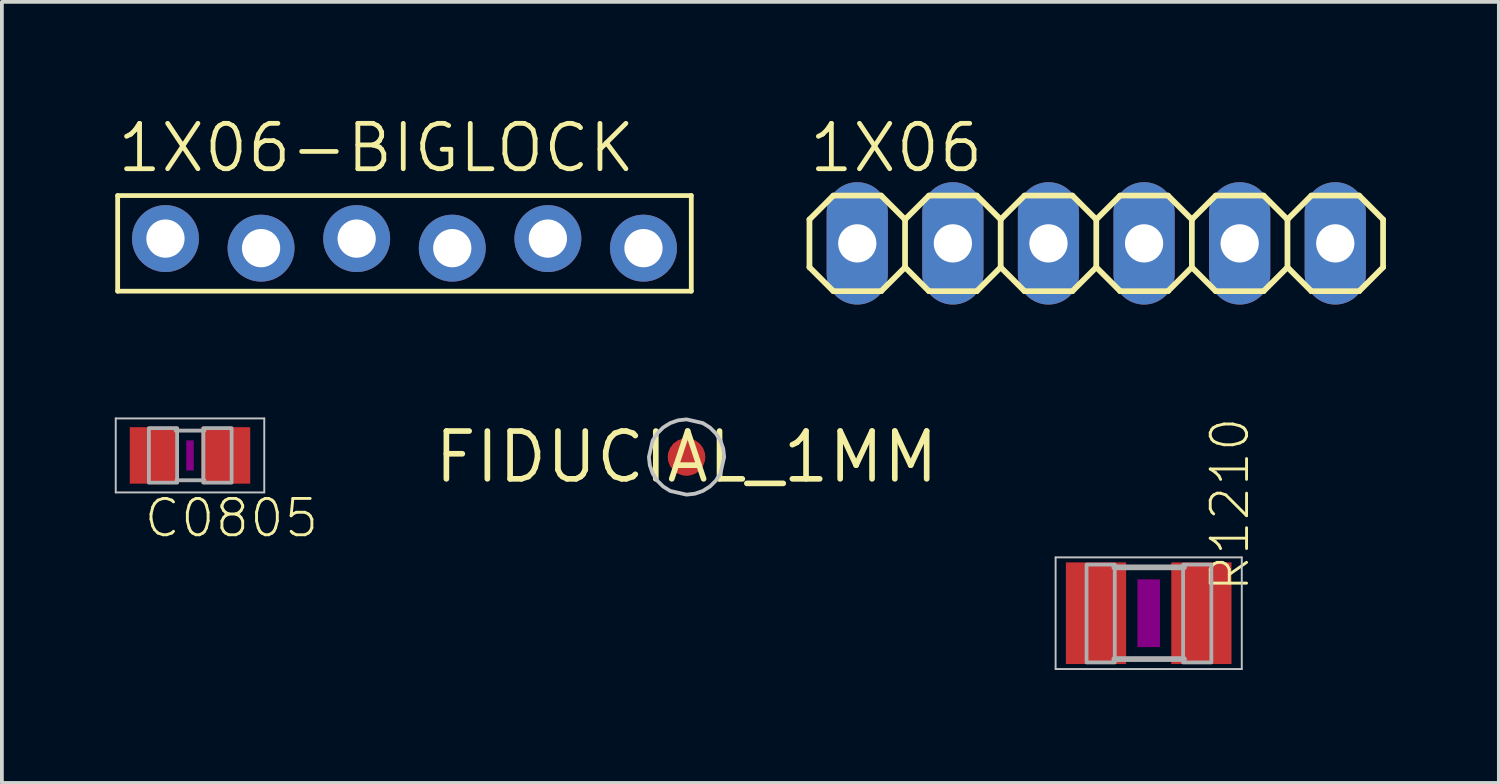
<source format=kicad_pcb>
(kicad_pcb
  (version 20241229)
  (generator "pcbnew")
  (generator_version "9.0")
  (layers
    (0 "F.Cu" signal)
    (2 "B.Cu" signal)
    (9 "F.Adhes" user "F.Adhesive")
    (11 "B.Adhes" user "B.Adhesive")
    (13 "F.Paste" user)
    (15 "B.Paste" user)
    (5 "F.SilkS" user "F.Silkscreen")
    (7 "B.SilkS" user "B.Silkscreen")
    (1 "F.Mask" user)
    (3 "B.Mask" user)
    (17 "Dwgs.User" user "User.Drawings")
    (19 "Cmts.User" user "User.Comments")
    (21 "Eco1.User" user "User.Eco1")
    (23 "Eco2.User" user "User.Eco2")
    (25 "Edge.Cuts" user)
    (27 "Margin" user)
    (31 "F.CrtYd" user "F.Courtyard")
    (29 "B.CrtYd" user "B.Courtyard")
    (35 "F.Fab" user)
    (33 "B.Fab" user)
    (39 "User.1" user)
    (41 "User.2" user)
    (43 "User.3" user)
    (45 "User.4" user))
  (footprint "1X06-BIGLOCK"
    (layer "F.Cu")
    (at 7.696 3.416)
    (property "Reference" "1X06-BIGLOCK" (at -7.696 -1.829 0) (layer "F.SilkS") (effects (font (size 1.206 1.206) (thickness 0.127)) (justify left bottom)))
    (attr through_hole)
    (fp_line (start -7.62 -1.27) (end 7.62 -1.27) (stroke (width 0.127) (type solid)) (layer "F.SilkS"))
    (fp_line (start -7.62 1.27) (end -7.62 -1.27) (stroke (width 0.127) (type solid)) (layer "F.SilkS"))
    (fp_line (start 7.62 -1.27) (end 7.62 1.27) (stroke (width 0.127) (type solid)) (layer "F.SilkS"))
    (fp_line (start 7.62 1.27) (end -7.62 1.27) (stroke (width 0.127) (type solid)) (layer "F.SilkS"))
    (fp_poly (pts (xy -6.604 0.254) (xy -6.096 0.254) (xy -6.096 -0.254) (xy -6.604 -0.254)) (stroke (width 0.1) (type solid)) (fill no) (layer "F.Fab"))
    (fp_poly (pts (xy -4.064 0.254) (xy -3.556 0.254) (xy -3.556 -0.254) (xy -4.064 -0.254)) (stroke (width 0.1) (type solid)) (fill no) (layer "F.Fab"))
    (fp_poly (pts (xy -1.524 0.254) (xy -1.016 0.254) (xy -1.016 -0.254) (xy -1.524 -0.254)) (stroke (width 0.1) (type solid)) (fill no) (layer "F.Fab"))
    (fp_poly (pts (xy 1.016 0.254) (xy 1.524 0.254) (xy 1.524 -0.254) (xy 1.016 -0.254)) (stroke (width 0.1) (type solid)) (fill no) (layer "F.Fab"))
    (fp_poly (pts (xy 3.556 0.254) (xy 4.064 0.254) (xy 4.064 -0.254) (xy 3.556 -0.254)) (stroke (width 0.1) (type solid)) (fill no) (layer "F.Fab"))
    (fp_poly (pts (xy 6.096 0.254) (xy 6.604 0.254) (xy 6.604 -0.254) (xy 6.096 -0.254)) (stroke (width 0.1) (type solid)) (fill no) (layer "F.Fab"))
    (pad "1" thru_hole circle (at -6.35 -0.127 90) (size 1.778 1.778) (drill 1.016) (layers "*.Cu" "*.Mask"))
    (pad "2" thru_hole circle (at -3.81 0.127 90) (size 1.778 1.778) (drill 1.016) (layers "*.Cu" "*.Mask"))
    (pad "3" thru_hole circle (at -1.27 -0.127 90) (size 1.778 1.778) (drill 1.016) (layers "*.Cu" "*.Mask"))
    (pad "4" thru_hole circle (at 1.27 0.127 90) (size 1.778 1.778) (drill 1.016) (layers "*.Cu" "*.Mask"))
    (pad "5" thru_hole circle (at 3.81 -0.127 90) (size 1.778 1.778) (drill 1.016) (layers "*.Cu" "*.Mask"))
    (pad "6" thru_hole circle (at 6.35 0.127 90) (size 1.778 1.778) (drill 1.016) (layers "*.Cu" "*.Mask")))
  (footprint "R1210"
    (layer "F.Cu")
    (at 27.469 13.242)
    (property "Reference" "R1210" (at 2.722 -0.519 90) (layer "F.SilkS") (effects (font (size 0.965 0.965) (thickness 0.077)) (justify left bottom)))
    (attr through_hole)
    (fp_poly (pts (xy -0.3 0.9) (xy 0.3 0.9) (xy 0.3 -0.9) (xy -0.3 -0.9)) (stroke (width 0) (type solid)) (fill yes) (layer "F.Adhes"))
    (fp_line (start -2.473 -1.483) (end 2.473 -1.483) (stroke (width 0.051) (type solid)) (layer "Dwgs.User"))
    (fp_line (start -2.473 1.483) (end -2.473 -1.483) (stroke (width 0.051) (type solid)) (layer "Dwgs.User"))
    (fp_line (start 2.473 -1.483) (end 2.473 1.483) (stroke (width 0.051) (type solid)) (layer "Dwgs.User"))
    (fp_line (start 2.473 1.483) (end -2.473 1.483) (stroke (width 0.051) (type solid)) (layer "Dwgs.User"))
    (fp_line (start -0.913 -1.219) (end 0.939 -1.219) (stroke (width 0.152) (type solid)) (layer "F.Fab"))
    (fp_line (start -0.913 1.219) (end 0.939 1.219) (stroke (width 0.152) (type solid)) (layer "F.Fab"))
    (fp_poly (pts (xy -1.651 1.308) (xy -0.901 1.308) (xy -0.901 -1.292) (xy -1.651 -1.292)) (stroke (width 0.1) (type solid)) (fill no) (layer "F.Fab"))
    (fp_poly (pts (xy 0.914 1.308) (xy 1.665 1.308) (xy 1.665 -1.292) (xy 0.914 -1.292)) (stroke (width 0.1) (type solid)) (fill no) (layer "F.Fab"))
    (pad "1" smd rect (at -1.4 0) (size 1.6 2.7) (layers "F.Cu" "F.Mask" "F.Paste"))
    (pad "2" smd rect (at 1.4 0) (size 1.6 2.7) (layers "F.Cu" "F.Mask" "F.Paste")))
  (footprint "FIDUCIAL_1MM"
    (layer "F.Cu")
    (at 15.19 9.092)
    (property "Reference" "FIDUCIAL_1MM" (at 0 0 0) (layer "F.SilkS") (effects (font (size 1.27 1.27) (thickness 0.15))))
    (attr through_hole)
    (fp_poly (pts (xy -1 0) (xy -0.975 0.223) (xy -0.901 0.434) (xy -0.782 0.623) (xy -0.623 0.782) (xy -0.434 0.901) (xy 0 1) (xy 0.223 0.975) (xy 0.434 0.901) (xy 0.623 0.782) (xy 0.782 0.623) (xy 0.901 0.434) (xy 1 0) (xy 0.975 -0.223) (xy 0.901 -0.434) (xy 0.782 -0.623) (xy 0.623 -0.782) (xy 0.434 -0.901) (xy 0 -1) (xy -0.223 -0.975) (xy -0.434 -0.901) (xy -0.623 -0.782) (xy -0.782 -0.623) (xy -0.901 -0.434)) (stroke (width 0) (type solid)) (fill yes) (layer "F.Mask"))
    (fp_poly (pts (xy -1 0) (xy -0.975 0.223) (xy -0.901 0.434) (xy -0.782 0.623) (xy -0.623 0.782) (xy -0.434 0.901) (xy 0 1) (xy 0.223 0.975) (xy 0.434 0.901) (xy 0.623 0.782) (xy 0.782 0.623) (xy 0.901 0.434) (xy 1 0) (xy 0.975 -0.223) (xy 0.901 -0.434) (xy 0.782 -0.623) (xy 0.623 -0.782) (xy 0.434 -0.901) (xy 0 -1) (xy -0.223 -0.975) (xy -0.434 -0.901) (xy -0.623 -0.782) (xy -0.782 -0.623) (xy -0.901 -0.434)) (stroke (width 0.1) (type solid)) (fill no) (layer "Dwgs.User"))
    (pad "1" smd roundrect (at 0 0) (size 1 1) (layers "F.Cu" "F.Mask") (roundrect_rratio 0.5)))
  (footprint "C0805"
    (layer "F.Cu")
    (at 1.998 9.05)
    (property "Reference" "C0805" (at -1.27 2.23 180) (layer "F.SilkS") (effects (font (size 0.965 0.965) (thickness 0.077)) (justify left bottom)))
    (attr through_hole)
    (fp_poly (pts (xy -0.1 0.4) (xy 0.1 0.4) (xy 0.1 -0.4) (xy -0.1 -0.4)) (stroke (width 0) (type solid)) (fill yes) (layer "F.Adhes"))
    (fp_line (start -1.973 -0.983) (end 1.973 -0.983) (stroke (width 0.051) (type solid)) (layer "Dwgs.User"))
    (fp_line (start -1.973 0.983) (end -1.973 -0.983) (stroke (width 0.051) (type solid)) (layer "Dwgs.User"))
    (fp_line (start 1.973 -0.983) (end 1.973 0.983) (stroke (width 0.051) (type solid)) (layer "Dwgs.User"))
    (fp_line (start 1.973 0.983) (end -1.973 0.983) (stroke (width 0.051) (type solid)) (layer "Dwgs.User"))
    (fp_line (start -0.381 -0.66) (end 0.381 -0.66) (stroke (width 0.102) (type solid)) (layer "F.Fab"))
    (fp_line (start -0.356 0.66) (end 0.381 0.66) (stroke (width 0.102) (type solid)) (layer "F.Fab"))
    (fp_poly (pts (xy -1.092 0.724) (xy -0.342 0.724) (xy -0.342 -0.726) (xy -1.092 -0.726)) (stroke (width 0.1) (type solid)) (fill no) (layer "F.Fab"))
    (fp_poly (pts (xy 0.356 0.724) (xy 1.106 0.724) (xy 1.106 -0.726) (xy 0.356 -0.726)) (stroke (width 0.1) (type solid)) (fill no) (layer "F.Fab"))
    (pad "1" smd rect (at -0.95 0) (size 1.3 1.5) (layers "F.Cu" "F.Mask" "F.Paste"))
    (pad "2" smd rect (at 0.95 0) (size 1.3 1.5) (layers "F.Cu" "F.Mask" "F.Paste")))
  (footprint "1X06"
    (layer "F.Cu")
    (at 26.076 3.416)
    (property "Reference" "1X06" (at -7.696 -1.829 0) (layer "F.SilkS") (effects (font (size 1.206 1.206) (thickness 0.127)) (justify left bottom)))
    (attr through_hole)
    (fp_line (start -7.62 -0.635) (end -7.62 0.635) (stroke (width 0.152) (type solid)) (layer "F.SilkS"))
    (fp_line (start -7.62 0.635) (end -6.985 1.27) (stroke (width 0.152) (type solid)) (layer "F.SilkS"))
    (fp_line (start -6.985 -1.27) (end -7.62 -0.635) (stroke (width 0.152) (type solid)) (layer "F.SilkS"))
    (fp_line (start -6.985 -1.27) (end -5.715 -1.27) (stroke (width 0.152) (type solid)) (layer "F.SilkS"))
    (fp_line (start -5.715 -1.27) (end -5.08 -0.635) (stroke (width 0.152) (type solid)) (layer "F.SilkS"))
    (fp_line (start -5.715 1.27) (end -6.985 1.27) (stroke (width 0.152) (type solid)) (layer "F.SilkS"))
    (fp_line (start -5.08 -0.635) (end -5.08 0.635) (stroke (width 0.152) (type solid)) (layer "F.SilkS"))
    (fp_line (start -5.08 -0.635) (end -4.445 -1.27) (stroke (width 0.152) (type solid)) (layer "F.SilkS"))
    (fp_line (start -5.08 0.635) (end -5.715 1.27) (stroke (width 0.152) (type solid)) (layer "F.SilkS"))
    (fp_line (start -4.445 -1.27) (end -3.175 -1.27) (stroke (width 0.152) (type solid)) (layer "F.SilkS"))
    (fp_line (start -4.445 1.27) (end -5.08 0.635) (stroke (width 0.152) (type solid)) (layer "F.SilkS"))
    (fp_line (start -3.175 -1.27) (end -2.54 -0.635) (stroke (width 0.152) (type solid)) (layer "F.SilkS"))
    (fp_line (start -3.175 1.27) (end -4.445 1.27) (stroke (width 0.152) (type solid)) (layer "F.SilkS"))
    (fp_line (start -2.54 -0.635) (end -2.54 0.635) (stroke (width 0.152) (type solid)) (layer "F.SilkS"))
    (fp_line (start -2.54 -0.635) (end -1.905 -1.27) (stroke (width 0.152) (type solid)) (layer "F.SilkS"))
    (fp_line (start -2.54 0.635) (end -3.175 1.27) (stroke (width 0.152) (type solid)) (layer "F.SilkS"))
    (fp_line (start -1.905 -1.27) (end -0.635 -1.27) (stroke (width 0.152) (type solid)) (layer "F.SilkS"))
    (fp_line (start -1.905 1.27) (end -2.54 0.635) (stroke (width 0.152) (type solid)) (layer "F.SilkS"))
    (fp_line (start -0.635 -1.27) (end 0 -0.635) (stroke (width 0.152) (type solid)) (layer "F.SilkS"))
    (fp_line (start -0.635 1.27) (end -1.905 1.27) (stroke (width 0.152) (type solid)) (layer "F.SilkS"))
    (fp_line (start 0 -0.635) (end 0 0.635) (stroke (width 0.152) (type solid)) (layer "F.SilkS"))
    (fp_line (start 0 0.635) (end -0.635 1.27) (stroke (width 0.152) (type solid)) (layer "F.SilkS"))
    (fp_line (start 0 0.635) (end 0.635 1.27) (stroke (width 0.152) (type solid)) (layer "F.SilkS"))
    (fp_line (start 0.635 -1.27) (end 0 -0.635) (stroke (width 0.152) (type solid)) (layer "F.SilkS"))
    (fp_line (start 0.635 -1.27) (end 1.905 -1.27) (stroke (width 0.152) (type solid)) (layer "F.SilkS"))
    (fp_line (start 1.905 -1.27) (end 2.54 -0.635) (stroke (width 0.152) (type solid)) (layer "F.SilkS"))
    (fp_line (start 1.905 1.27) (end 0.635 1.27) (stroke (width 0.152) (type solid)) (layer "F.SilkS"))
    (fp_line (start 2.54 -0.635) (end 2.54 0.635) (stroke (width 0.152) (type solid)) (layer "F.SilkS"))
    (fp_line (start 2.54 -0.635) (end 3.175 -1.27) (stroke (width 0.152) (type solid)) (layer "F.SilkS"))
    (fp_line (start 2.54 0.635) (end 1.905 1.27) (stroke (width 0.152) (type solid)) (layer "F.SilkS"))
    (fp_line (start 3.175 -1.27) (end 4.445 -1.27) (stroke (width 0.152) (type solid)) (layer "F.SilkS"))
    (fp_line (start 3.175 1.27) (end 2.54 0.635) (stroke (width 0.152) (type solid)) (layer "F.SilkS"))
    (fp_line (start 4.445 -1.27) (end 5.08 -0.635) (stroke (width 0.152) (type solid)) (layer "F.SilkS"))
    (fp_line (start 4.445 1.27) (end 3.175 1.27) (stroke (width 0.152) (type solid)) (layer "F.SilkS"))
    (fp_line (start 5.08 -0.635) (end 5.08 0.635) (stroke (width 0.152) (type solid)) (layer "F.SilkS"))
    (fp_line (start 5.08 0.635) (end 4.445 1.27) (stroke (width 0.152) (type solid)) (layer "F.SilkS"))
    (fp_line (start 5.08 0.635) (end 5.715 1.27) (stroke (width 0.152) (type solid)) (layer "F.SilkS"))
    (fp_line (start 5.715 -1.27) (end 5.08 -0.635) (stroke (width 0.152) (type solid)) (layer "F.SilkS"))
    (fp_line (start 5.715 -1.27) (end 6.985 -1.27) (stroke (width 0.152) (type solid)) (layer "F.SilkS"))
    (fp_line (start 6.985 -1.27) (end 7.62 -0.635) (stroke (width 0.152) (type solid)) (layer "F.SilkS"))
    (fp_line (start 6.985 1.27) (end 5.715 1.27) (stroke (width 0.152) (type solid)) (layer "F.SilkS"))
    (fp_line (start 7.62 -0.635) (end 7.62 0.635) (stroke (width 0.152) (type solid)) (layer "F.SilkS"))
    (fp_line (start 7.62 0.635) (end 6.985 1.27) (stroke (width 0.152) (type solid)) (layer "F.SilkS"))
    (fp_poly (pts (xy -6.604 0.254) (xy -6.096 0.254) (xy -6.096 -0.254) (xy -6.604 -0.254)) (stroke (width 0.1) (type solid)) (fill no) (layer "F.Fab"))
    (fp_poly (pts (xy -4.064 0.254) (xy -3.556 0.254) (xy -3.556 -0.254) (xy -4.064 -0.254)) (stroke (width 0.1) (type solid)) (fill no) (layer "F.Fab"))
    (fp_poly (pts (xy -1.524 0.254) (xy -1.016 0.254) (xy -1.016 -0.254) (xy -1.524 -0.254)) (stroke (width 0.1) (type solid)) (fill no) (layer "F.Fab"))
    (fp_poly (pts (xy 1.016 0.254) (xy 1.524 0.254) (xy 1.524 -0.254) (xy 1.016 -0.254)) (stroke (width 0.1) (type solid)) (fill no) (layer "F.Fab"))
    (fp_poly (pts (xy 3.556 0.254) (xy 4.064 0.254) (xy 4.064 -0.254) (xy 3.556 -0.254)) (stroke (width 0.1) (type solid)) (fill no) (layer "F.Fab"))
    (fp_poly (pts (xy 6.096 0.254) (xy 6.604 0.254) (xy 6.604 -0.254) (xy 6.096 -0.254)) (stroke (width 0.1) (type solid)) (fill no) (layer "F.Fab"))
    (pad "1" thru_hole oval (at -6.35 0 90) (size 3.251 1.626) (drill 1.016) (layers "*.Cu" "*.Mask"))
    (pad "2" thru_hole oval (at -3.81 0 90) (size 3.251 1.626) (drill 1.016) (layers "*.Cu" "*.Mask"))
    (pad "3" thru_hole oval (at -1.27 0 90) (size 3.251 1.626) (drill 1.016) (layers "*.Cu" "*.Mask"))
    (pad "4" thru_hole oval (at 1.27 0 90) (size 3.251 1.626) (drill 1.016) (layers "*.Cu" "*.Mask"))
    (pad "5" thru_hole oval (at 3.81 0 90) (size 3.251 1.626) (drill 1.016) (layers "*.Cu" "*.Mask"))
    (pad "6" thru_hole oval (at 6.35 0 90) (size 3.251 1.626) (drill 1.016) (layers "*.Cu" "*.Mask")))
  (gr_rect
    (start -3 -3)
    (end 36.772 17.751)
    (stroke (width 0.1) (type default))
    (fill no)
    (layer "Edge.Cuts")))
</source>
